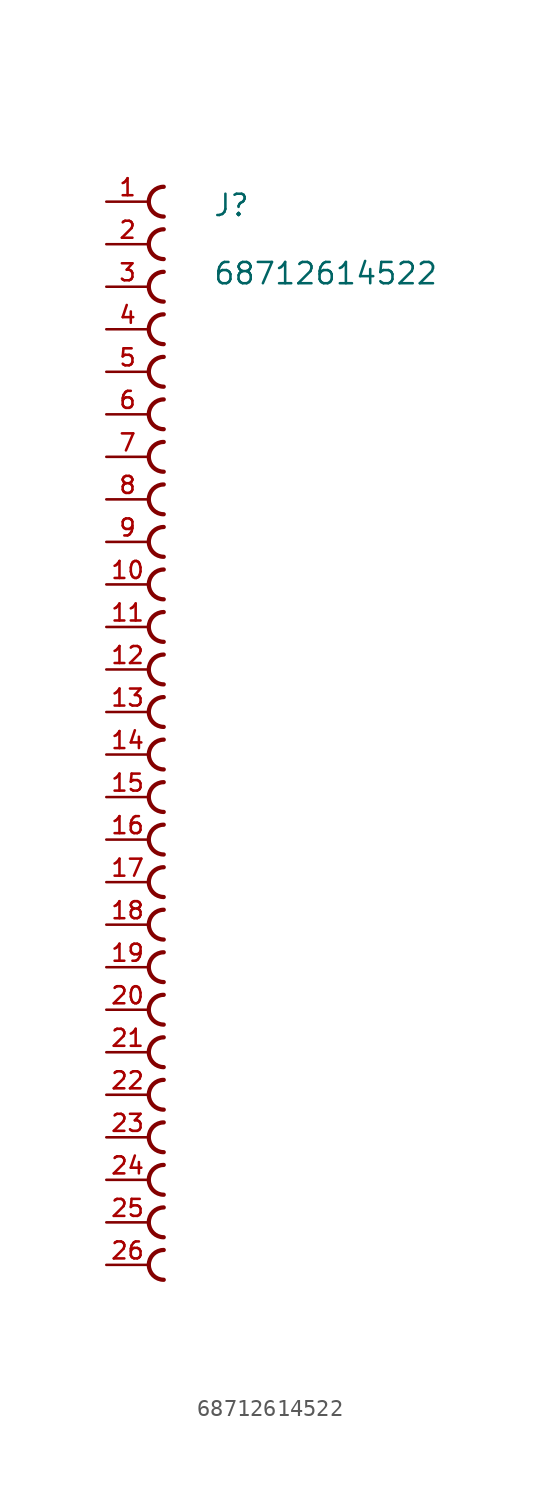
<source format=kicad_sym>
(kicad_symbol_lib
  (version 20211014)
  (generator kicad_symbol_editor)
  (symbol "68712614522"
    (pin_names
      (offset 1.016))
    (property "Reference" "J"
      (at -1.273 29.521 0)
      (effects (font (size 1.27 1.27)) (justify bottom left)))
    (property "Value" "68712614522"
      (at -1.272 25.446 0)
      (effects (font (size 1.27 1.27)) (justify bottom left)))
    (symbol "68712614522_0_0"
      (arc (start -4.191 29.591) (mid -5.08 30.48) (end -4.191 31.369) (stroke (width 0.254) (type default) (color 0 0 0 0)) (fill (type none)))
      (arc (start -4.191 27.051) (mid -5.08 27.94) (end -4.191 28.829) (stroke (width 0.254) (type default) (color 0 0 0 0)) (fill (type none)))
      (arc (start -4.191 24.511) (mid -5.08 25.4) (end -4.191 26.289) (stroke (width 0.254) (type default) (color 0 0 0 0)) (fill (type none)))
      (arc (start -4.191 21.971) (mid -5.08 22.86) (end -4.191 23.749) (stroke (width 0.254) (type default) (color 0 0 0 0)) (fill (type none)))
      (arc (start -4.191 19.431) (mid -5.08 20.32) (end -4.191 21.209) (stroke (width 0.254) (type default) (color 0 0 0 0)) (fill (type none)))
      (arc (start -4.191 16.891) (mid -5.08 17.78) (end -4.191 18.669) (stroke (width 0.254) (type default) (color 0 0 0 0)) (fill (type none)))
      (arc (start -4.191 14.351) (mid -5.08 15.24) (end -4.191 16.129) (stroke (width 0.254) (type default) (color 0 0 0 0)) (fill (type none)))
      (arc (start -4.191 11.811) (mid -5.08 12.7) (end -4.191 13.589) (stroke (width 0.254) (type default) (color 0 0 0 0)) (fill (type none)))
      (arc (start -4.191 9.271) (mid -5.08 10.16) (end -4.191 11.049) (stroke (width 0.254) (type default) (color 0 0 0 0)) (fill (type none)))
      (arc (start -4.191 6.731) (mid -5.08 7.62) (end -4.191 8.509) (stroke (width 0.254) (type default) (color 0 0 0 0)) (fill (type none)))
      (arc (start -4.191 4.191) (mid -5.08 5.08) (end -4.191 5.969) (stroke (width 0.254) (type default) (color 0 0 0 0)) (fill (type none)))
      (arc (start -4.191 1.651) (mid -5.08 2.54) (end -4.191 3.429) (stroke (width 0.254) (type default) (color 0 0 0 0)) (fill (type none)))
      (arc (start -4.191 -0.889) (mid -5.08 0.0) (end -4.191 0.889) (stroke (width 0.254) (type default) (color 0 0 0 0)) (fill (type none)))
      (arc (start -4.191 -3.429) (mid -5.08 -2.54) (end -4.191 -1.651) (stroke (width 0.254) (type default) (color 0 0 0 0)) (fill (type none)))
      (arc (start -4.191 -5.969) (mid -5.08 -5.08) (end -4.191 -4.191) (stroke (width 0.254) (type default) (color 0 0 0 0)) (fill (type none)))
      (arc (start -4.191 -8.509) (mid -5.08 -7.62) (end -4.191 -6.731) (stroke (width 0.254) (type default) (color 0 0 0 0)) (fill (type none)))
      (arc (start -4.191 -11.049) (mid -5.08 -10.16) (end -4.191 -9.271) (stroke (width 0.254) (type default) (color 0 0 0 0)) (fill (type none)))
      (arc (start -4.191 -13.589) (mid -5.08 -12.7) (end -4.191 -11.811) (stroke (width 0.254) (type default) (color 0 0 0 0)) (fill (type none)))
      (arc (start -4.191 -16.129) (mid -5.08 -15.24) (end -4.191 -14.351) (stroke (width 0.254) (type default) (color 0 0 0 0)) (fill (type none)))
      (arc (start -4.191 -18.669) (mid -5.08 -17.78) (end -4.191 -16.891) (stroke (width 0.254) (type default) (color 0 0 0 0)) (fill (type none)))
      (arc (start -4.191 -21.209) (mid -5.08 -20.32) (end -4.191 -19.431) (stroke (width 0.254) (type default) (color 0 0 0 0)) (fill (type none)))
      (arc (start -4.191 -23.749) (mid -5.08 -22.86) (end -4.191 -21.971) (stroke (width 0.254) (type default) (color 0 0 0 0)) (fill (type none)))
      (arc (start -4.191 -26.289) (mid -5.08 -25.4) (end -4.191 -24.511) (stroke (width 0.254) (type default) (color 0 0 0 0)) (fill (type none)))
      (arc (start -4.191 -28.829) (mid -5.08 -27.94) (end -4.191 -27.051) (stroke (width 0.254) (type default) (color 0 0 0 0)) (fill (type none)))
      (arc (start -4.191 -31.369) (mid -5.08 -30.48) (end -4.191 -29.591) (stroke (width 0.254) (type default) (color 0 0 0 0)) (fill (type none)))
      (arc (start -4.191 -33.909) (mid -5.08 -33.02) (end -4.191 -32.131) (stroke (width 0.254) (type default) (color 0 0 0 0)) (fill (type none)))
      (pin passive line (at -7.62 30.48 0) (length 2.54) (name "~" (effects (font (size 1.016 1.016)))) (number "1" (effects (font (size 1.016 1.016)))))
      (pin passive line (at -7.62 27.94 0) (length 2.54) (name "~" (effects (font (size 1.016 1.016)))) (number "2" (effects (font (size 1.016 1.016)))))
      (pin passive line (at -7.62 25.4 0) (length 2.54) (name "~" (effects (font (size 1.016 1.016)))) (number "3" (effects (font (size 1.016 1.016)))))
      (pin passive line (at -7.62 22.86 0) (length 2.54) (name "~" (effects (font (size 1.016 1.016)))) (number "4" (effects (font (size 1.016 1.016)))))
      (pin passive line (at -7.62 20.32 0) (length 2.54) (name "~" (effects (font (size 1.016 1.016)))) (number "5" (effects (font (size 1.016 1.016)))))
      (pin passive line (at -7.62 17.78 0) (length 2.54) (name "~" (effects (font (size 1.016 1.016)))) (number "6" (effects (font (size 1.016 1.016)))))
      (pin passive line (at -7.62 15.24 0) (length 2.54) (name "~" (effects (font (size 1.016 1.016)))) (number "7" (effects (font (size 1.016 1.016)))))
      (pin passive line (at -7.62 12.7 0) (length 2.54) (name "~" (effects (font (size 1.016 1.016)))) (number "8" (effects (font (size 1.016 1.016)))))
      (pin passive line (at -7.62 10.16 0) (length 2.54) (name "~" (effects (font (size 1.016 1.016)))) (number "9" (effects (font (size 1.016 1.016)))))
      (pin passive line (at -7.62 7.62 0) (length 2.54) (name "~" (effects (font (size 1.016 1.016)))) (number "10" (effects (font (size 1.016 1.016)))))
      (pin passive line (at -7.62 5.08 0) (length 2.54) (name "~" (effects (font (size 1.016 1.016)))) (number "11" (effects (font (size 1.016 1.016)))))
      (pin passive line (at -7.62 2.54 0) (length 2.54) (name "~" (effects (font (size 1.016 1.016)))) (number "12" (effects (font (size 1.016 1.016)))))
      (pin passive line (at -7.62 0.0 0) (length 2.54) (name "~" (effects (font (size 1.016 1.016)))) (number "13" (effects (font (size 1.016 1.016)))))
      (pin passive line (at -7.62 -2.54 0) (length 2.54) (name "~" (effects (font (size 1.016 1.016)))) (number "14" (effects (font (size 1.016 1.016)))))
      (pin passive line (at -7.62 -5.08 0) (length 2.54) (name "~" (effects (font (size 1.016 1.016)))) (number "15" (effects (font (size 1.016 1.016)))))
      (pin passive line (at -7.62 -7.62 0) (length 2.54) (name "~" (effects (font (size 1.016 1.016)))) (number "16" (effects (font (size 1.016 1.016)))))
      (pin passive line (at -7.62 -10.16 0) (length 2.54) (name "~" (effects (font (size 1.016 1.016)))) (number "17" (effects (font (size 1.016 1.016)))))
      (pin passive line (at -7.62 -12.7 0) (length 2.54) (name "~" (effects (font (size 1.016 1.016)))) (number "18" (effects (font (size 1.016 1.016)))))
      (pin passive line (at -7.62 -15.24 0) (length 2.54) (name "~" (effects (font (size 1.016 1.016)))) (number "19" (effects (font (size 1.016 1.016)))))
      (pin passive line (at -7.62 -17.78 0) (length 2.54) (name "~" (effects (font (size 1.016 1.016)))) (number "20" (effects (font (size 1.016 1.016)))))
      (pin passive line (at -7.62 -20.32 0) (length 2.54) (name "~" (effects (font (size 1.016 1.016)))) (number "21" (effects (font (size 1.016 1.016)))))
      (pin passive line (at -7.62 -22.86 0) (length 2.54) (name "~" (effects (font (size 1.016 1.016)))) (number "22" (effects (font (size 1.016 1.016)))))
      (pin passive line (at -7.62 -25.4 0) (length 2.54) (name "~" (effects (font (size 1.016 1.016)))) (number "23" (effects (font (size 1.016 1.016)))))
      (pin passive line (at -7.62 -27.94 0) (length 2.54) (name "~" (effects (font (size 1.016 1.016)))) (number "24" (effects (font (size 1.016 1.016)))))
      (pin passive line (at -7.62 -30.48 0) (length 2.54) (name "~" (effects (font (size 1.016 1.016)))) (number "25" (effects (font (size 1.016 1.016)))))
      (pin passive line (at -7.62 -33.02 0) (length 2.54) (name "~" (effects (font (size 1.016 1.016)))) (number "26" (effects (font (size 1.016 1.016))))))))
</source>
